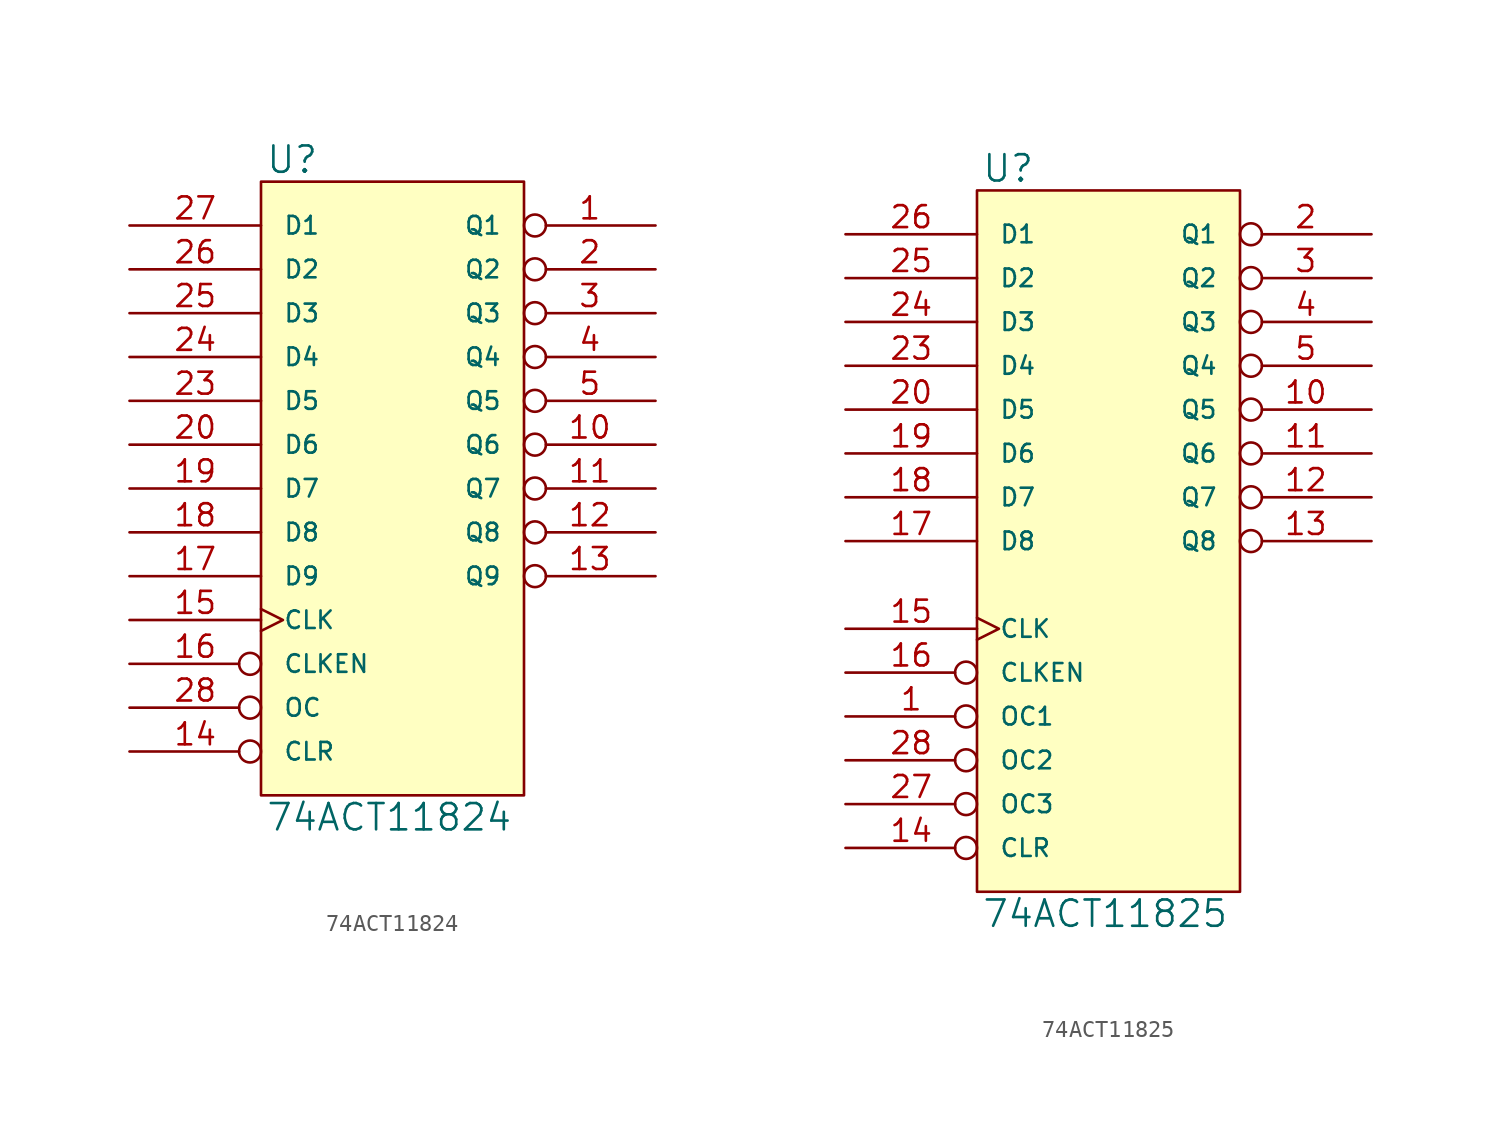
<source format=kicad_sym>
(kicad_symbol_lib
  (version 20231120)
  (generator "kicad_symbol_editor")
  (generator_version "8.0")
  (symbol "74ACT11824"
    (pin_names
      (offset 1.27))
    (property "Reference" "U"
      (at 0.254 0.381 0)
      (effects (font (size 1.524 1.524)) (justify left bottom)))
    (property "Value" "74ACT11824"
      (at 0.254 -35.941 0)
      (effects (font (size 1.524 1.524)) (justify left top)))
    (symbol "74ACT11824_0_1"
      (rectangle (start 0 0) (end 15.24 -35.56) (stroke (width 0) (type solid)) (fill (type background))))
    (symbol "74ACT11824_1_1"
      (pin tri_state inverted (at 22.86 -2.54 180) (length 7.62) (name "Q1" (effects (font (size 1.016 1.016)))) (number "1" (effects (font (size 1.27 1.27)))))
      (pin tri_state inverted (at 22.86 -15.24 180) (length 7.62) (name "Q6" (effects (font (size 1.016 1.016)))) (number "10" (effects (font (size 1.27 1.27)))))
      (pin tri_state inverted (at 22.86 -17.78 180) (length 7.62) (name "Q7" (effects (font (size 1.016 1.016)))) (number "11" (effects (font (size 1.27 1.27)))))
      (pin tri_state inverted (at 22.86 -20.32 180) (length 7.62) (name "Q8" (effects (font (size 1.016 1.016)))) (number "12" (effects (font (size 1.27 1.27)))))
      (pin tri_state inverted (at 22.86 -22.86 180) (length 7.62) (name "Q9" (effects (font (size 1.016 1.016)))) (number "13" (effects (font (size 1.27 1.27)))))
      (pin input inverted (at -7.62 -33.02 0) (length 7.62) (name "CLR" (effects (font (size 1.016 1.016)))) (number "14" (effects (font (size 1.27 1.27)))))
      (pin input clock (at -7.62 -25.4 0) (length 7.62) (name "CLK" (effects (font (size 1.016 1.016)))) (number "15" (effects (font (size 1.27 1.27)))))
      (pin input inverted (at -7.62 -27.94 0) (length 7.62) (name "CLKEN" (effects (font (size 1.016 1.016)))) (number "16" (effects (font (size 1.27 1.27)))))
      (pin input line (at -7.62 -22.86 0) (length 7.62) (name "D9" (effects (font (size 1.016 1.016)))) (number "17" (effects (font (size 1.27 1.27)))))
      (pin input line (at -7.62 -20.32 0) (length 7.62) (name "D8" (effects (font (size 1.016 1.016)))) (number "18" (effects (font (size 1.27 1.27)))))
      (pin input line (at -7.62 -17.78 0) (length 7.62) (name "D7" (effects (font (size 1.016 1.016)))) (number "19" (effects (font (size 1.27 1.27)))))
      (pin tri_state inverted (at 22.86 -5.08 180) (length 7.62) (name "Q2" (effects (font (size 1.016 1.016)))) (number "2" (effects (font (size 1.27 1.27)))))
      (pin input line (at -7.62 -15.24 0) (length 7.62) (name "D6" (effects (font (size 1.016 1.016)))) (number "20" (effects (font (size 1.27 1.27)))))
      (pin power_in line (at 2.54 0 270) (length 0) hide (name "VCC" (effects (font (size 1.016 1.016)))) (number "21" (effects (font (size 1.27 1.27)))))
      (pin power_in line (at 0 0 270) (length 0) hide (name "VCC" (effects (font (size 1.016 1.016)))) (number "22" (effects (font (size 1.27 1.27)))))
      (pin input line (at -7.62 -12.7 0) (length 7.62) (name "D5" (effects (font (size 1.016 1.016)))) (number "23" (effects (font (size 1.27 1.27)))))
      (pin input line (at -7.62 -10.16 0) (length 7.62) (name "D4" (effects (font (size 1.016 1.016)))) (number "24" (effects (font (size 1.27 1.27)))))
      (pin input line (at -7.62 -7.62 0) (length 7.62) (name "D3" (effects (font (size 1.016 1.016)))) (number "25" (effects (font (size 1.27 1.27)))))
      (pin input line (at -7.62 -5.08 0) (length 7.62) (name "D2" (effects (font (size 1.016 1.016)))) (number "26" (effects (font (size 1.27 1.27)))))
      (pin input line (at -7.62 -2.54 0) (length 7.62) (name "D1" (effects (font (size 1.016 1.016)))) (number "27" (effects (font (size 1.27 1.27)))))
      (pin input inverted (at -7.62 -30.48 0) (length 7.62) (name "OC" (effects (font (size 1.016 1.016)))) (number "28" (effects (font (size 1.27 1.27)))))
      (pin tri_state inverted (at 22.86 -7.62 180) (length 7.62) (name "Q3" (effects (font (size 1.016 1.016)))) (number "3" (effects (font (size 1.27 1.27)))))
      (pin tri_state inverted (at 22.86 -10.16 180) (length 7.62) (name "Q4" (effects (font (size 1.016 1.016)))) (number "4" (effects (font (size 1.27 1.27)))))
      (pin tri_state inverted (at 22.86 -12.7 180) (length 7.62) (name "Q5" (effects (font (size 1.016 1.016)))) (number "5" (effects (font (size 1.27 1.27)))))
      (pin power_in line (at 0 -35.56 90) (length 0) hide (name "GND" (effects (font (size 1.016 1.016)))) (number "6" (effects (font (size 1.27 1.27)))))
      (pin power_in line (at 2.54 -35.56 90) (length 0) hide (name "GND" (effects (font (size 1.016 1.016)))) (number "7" (effects (font (size 1.27 1.27)))))
      (pin power_in line (at 5.08 -35.56 90) (length 0) hide (name "GND" (effects (font (size 1.016 1.016)))) (number "8" (effects (font (size 1.27 1.27)))))
      (pin power_in line (at 7.62 -35.56 90) (length 0) hide (name "GND" (effects (font (size 1.016 1.016)))) (number "9" (effects (font (size 1.27 1.27)))))))
  (symbol "74ACT11825"
    (pin_names
      (offset 1.27))
    (property "Reference" "U"
      (at 0.254 0.381 0)
      (effects (font (size 1.524 1.524)) (justify left bottom)))
    (property "Value" "74ACT11825"
      (at 0.254 -41.021 0)
      (effects (font (size 1.524 1.524)) (justify left top)))
    (symbol "74ACT11825_0_1"
      (rectangle (start 0 0) (end 15.24 -40.64) (stroke (width 0) (type solid)) (fill (type background))))
    (symbol "74ACT11825_1_1"
      (pin input inverted (at -7.62 -30.48 0) (length 7.62) (name "OC1" (effects (font (size 1.016 1.016)))) (number "1" (effects (font (size 1.27 1.27)))))
      (pin tri_state inverted (at 22.86 -12.7 180) (length 7.62) (name "Q5" (effects (font (size 1.016 1.016)))) (number "10" (effects (font (size 1.27 1.27)))))
      (pin tri_state inverted (at 22.86 -15.24 180) (length 7.62) (name "Q6" (effects (font (size 1.016 1.016)))) (number "11" (effects (font (size 1.27 1.27)))))
      (pin tri_state inverted (at 22.86 -17.78 180) (length 7.62) (name "Q7" (effects (font (size 1.016 1.016)))) (number "12" (effects (font (size 1.27 1.27)))))
      (pin tri_state inverted (at 22.86 -20.32 180) (length 7.62) (name "Q8" (effects (font (size 1.016 1.016)))) (number "13" (effects (font (size 1.27 1.27)))))
      (pin input inverted (at -7.62 -38.1 0) (length 7.62) (name "CLR" (effects (font (size 1.016 1.016)))) (number "14" (effects (font (size 1.27 1.27)))))
      (pin input clock (at -7.62 -25.4 0) (length 7.62) (name "CLK" (effects (font (size 1.016 1.016)))) (number "15" (effects (font (size 1.27 1.27)))))
      (pin input inverted (at -7.62 -27.94 0) (length 7.62) (name "CLKEN" (effects (font (size 1.016 1.016)))) (number "16" (effects (font (size 1.27 1.27)))))
      (pin input line (at -7.62 -20.32 0) (length 7.62) (name "D8" (effects (font (size 1.016 1.016)))) (number "17" (effects (font (size 1.27 1.27)))))
      (pin input line (at -7.62 -17.78 0) (length 7.62) (name "D7" (effects (font (size 1.016 1.016)))) (number "18" (effects (font (size 1.27 1.27)))))
      (pin input line (at -7.62 -15.24 0) (length 7.62) (name "D6" (effects (font (size 1.016 1.016)))) (number "19" (effects (font (size 1.27 1.27)))))
      (pin tri_state inverted (at 22.86 -2.54 180) (length 7.62) (name "Q1" (effects (font (size 1.016 1.016)))) (number "2" (effects (font (size 1.27 1.27)))))
      (pin input line (at -7.62 -12.7 0) (length 7.62) (name "D5" (effects (font (size 1.016 1.016)))) (number "20" (effects (font (size 1.27 1.27)))))
      (pin power_in line (at 2.54 0 270) (length 0) hide (name "VCC" (effects (font (size 1.016 1.016)))) (number "21" (effects (font (size 1.27 1.27)))))
      (pin power_in line (at 0 0 270) (length 0) hide (name "VCC" (effects (font (size 1.016 1.016)))) (number "22" (effects (font (size 1.27 1.27)))))
      (pin input line (at -7.62 -10.16 0) (length 7.62) (name "D4" (effects (font (size 1.016 1.016)))) (number "23" (effects (font (size 1.27 1.27)))))
      (pin input line (at -7.62 -7.62 0) (length 7.62) (name "D3" (effects (font (size 1.016 1.016)))) (number "24" (effects (font (size 1.27 1.27)))))
      (pin input line (at -7.62 -5.08 0) (length 7.62) (name "D2" (effects (font (size 1.016 1.016)))) (number "25" (effects (font (size 1.27 1.27)))))
      (pin input line (at -7.62 -2.54 0) (length 7.62) (name "D1" (effects (font (size 1.016 1.016)))) (number "26" (effects (font (size 1.27 1.27)))))
      (pin input inverted (at -7.62 -35.56 0) (length 7.62) (name "OC3" (effects (font (size 1.016 1.016)))) (number "27" (effects (font (size 1.27 1.27)))))
      (pin input inverted (at -7.62 -33.02 0) (length 7.62) (name "OC2" (effects (font (size 1.016 1.016)))) (number "28" (effects (font (size 1.27 1.27)))))
      (pin tri_state inverted (at 22.86 -5.08 180) (length 7.62) (name "Q2" (effects (font (size 1.016 1.016)))) (number "3" (effects (font (size 1.27 1.27)))))
      (pin tri_state inverted (at 22.86 -7.62 180) (length 7.62) (name "Q3" (effects (font (size 1.016 1.016)))) (number "4" (effects (font (size 1.27 1.27)))))
      (pin tri_state inverted (at 22.86 -10.16 180) (length 7.62) (name "Q4" (effects (font (size 1.016 1.016)))) (number "5" (effects (font (size 1.27 1.27)))))
      (pin power_in line (at 0 -40.64 90) (length 0) hide (name "GND" (effects (font (size 1.016 1.016)))) (number "6" (effects (font (size 1.27 1.27)))))
      (pin power_in line (at 2.54 -40.64 90) (length 0) hide (name "GND" (effects (font (size 1.016 1.016)))) (number "7" (effects (font (size 1.27 1.27)))))
      (pin power_in line (at 5.08 -40.64 90) (length 0) hide (name "GND" (effects (font (size 1.016 1.016)))) (number "8" (effects (font (size 1.27 1.27)))))
      (pin power_in line (at 7.62 -40.64 90) (length 0) hide (name "GND" (effects (font (size 1.016 1.016)))) (number "9" (effects (font (size 1.27 1.27))))))))
</source>
